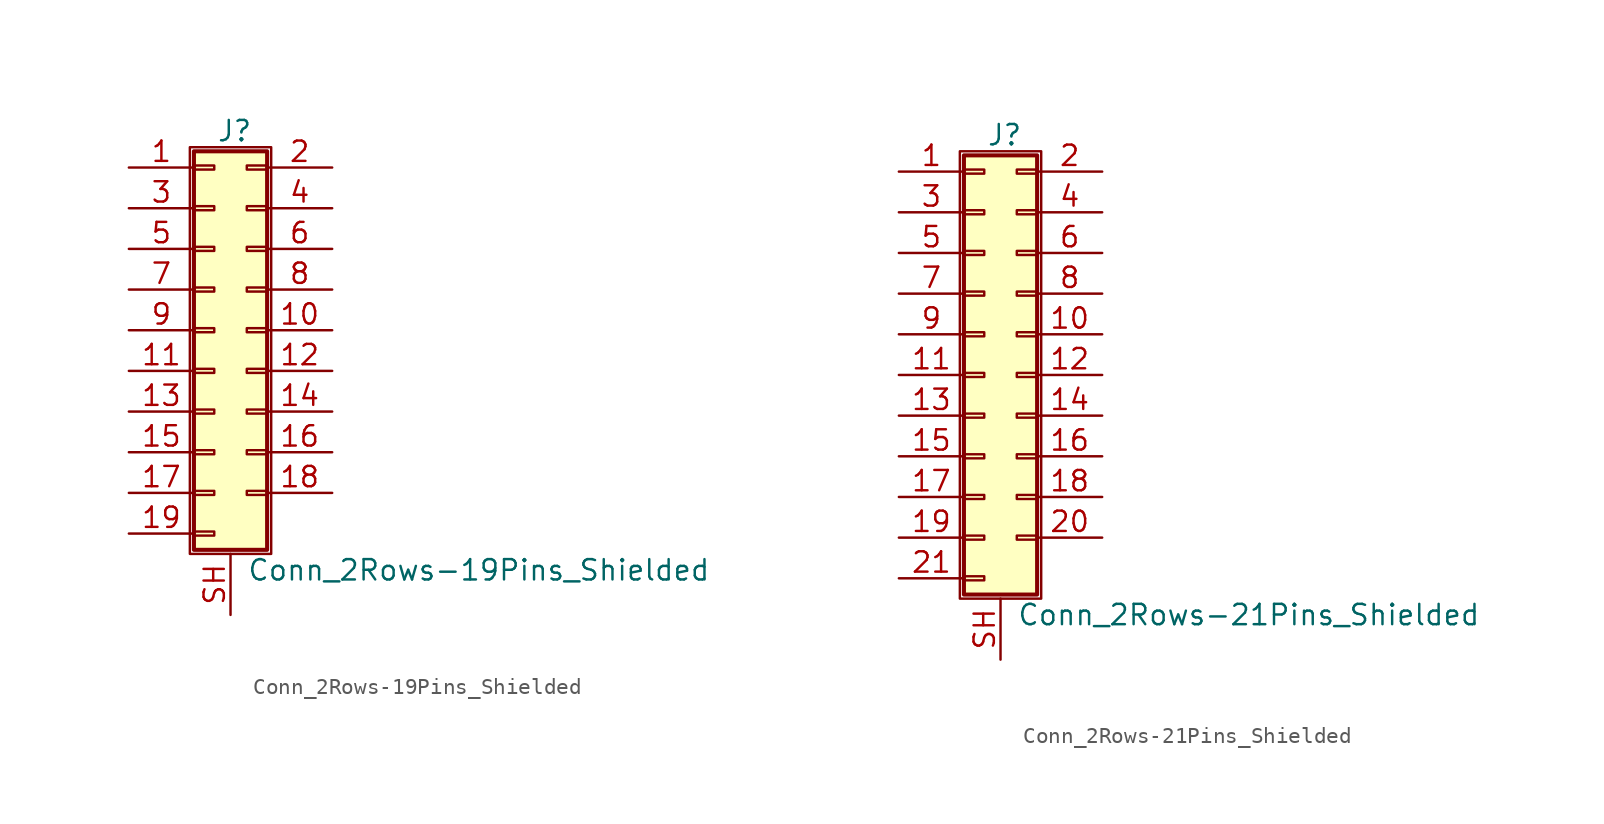
<source format=kicad_sym>
(kicad_symbol_lib
  (version 20201005)
  (generator kicad_symbol_editor)
  (symbol "Connector_Generic_Shielded:Conn_2Rows-19Pins_Shielded"
    (pin_names
      (offset 1.016) hide)
    (property "Reference" "J"
      (at 1.524 12.446 0)
      (effects (font (size 1.27 1.27))))
    (property "Value" "Conn_2Rows-19Pins_Shielded"
      (at 2.286 -14.986 0)
      (effects (font (size 1.27 1.27)) (justify left)))
    (symbol "Conn_2Rows-19Pins_Shielded_1_1"
      (rectangle (start -1.016 -4.953) (end 0.254 -5.207) (stroke (width 0.152)) (fill (type none)))
      (rectangle (start -1.016 -7.493) (end 0.254 -7.747) (stroke (width 0.152)) (fill (type none)))
      (rectangle (start -1.016 -10.033) (end 0.254 -10.287) (stroke (width 0.152)) (fill (type none)))
      (rectangle (start -1.016 -12.573) (end 0.254 -12.827) (stroke (width 0.152)) (fill (type none)))
      (rectangle (start -1.016 -2.413) (end 0.254 -2.667) (stroke (width 0.152)) (fill (type none)))
      (rectangle (start -1.016 2.667) (end 0.254 2.413) (stroke (width 0.152)) (fill (type none)))
      (rectangle (start -1.016 5.207) (end 0.254 4.953) (stroke (width 0.152)) (fill (type none)))
      (rectangle (start -1.016 7.747) (end 0.254 7.493) (stroke (width 0.152)) (fill (type none)))
      (rectangle (start -1.016 10.287) (end 0.254 10.033) (stroke (width 0.152)) (fill (type none)))
      (rectangle (start -1.016 11.176) (end 3.556 -13.716) (stroke (width 0.254)) (fill (type background)))
      (rectangle (start -1.016 0.127) (end 0.254 -0.127) (stroke (width 0.152)) (fill (type none)))
      (rectangle (start -1.27 11.43) (end 3.81 -13.97) (stroke (width 0.152)) (fill (type none)))
      (rectangle (start 3.556 -4.953) (end 2.286 -5.207) (stroke (width 0.152)) (fill (type none)))
      (rectangle (start 3.556 -7.493) (end 2.286 -7.747) (stroke (width 0.152)) (fill (type none)))
      (rectangle (start 3.556 -10.033) (end 2.286 -10.287) (stroke (width 0.152)) (fill (type none)))
      (rectangle (start 3.556 -2.413) (end 2.286 -2.667) (stroke (width 0.152)) (fill (type none)))
      (rectangle (start 3.556 2.667) (end 2.286 2.413) (stroke (width 0.152)) (fill (type none)))
      (rectangle (start 3.556 5.207) (end 2.286 4.953) (stroke (width 0.152)) (fill (type none)))
      (rectangle (start 3.556 7.747) (end 2.286 7.493) (stroke (width 0.152)) (fill (type none)))
      (rectangle (start 3.556 10.287) (end 2.286 10.033) (stroke (width 0.152)) (fill (type none)))
      (rectangle (start 3.556 0.127) (end 2.286 -0.127) (stroke (width 0.152)) (fill (type none)))
      (pin passive line (at -5.08 10.16 0) (length 4.064) (name "Pin_1" (effects (font (size 1.27 1.27)))) (number "1" (effects (font (size 1.27 1.27)))))
      (pin passive line (at 7.62 0 180) (length 4.064) (name "Pin_10" (effects (font (size 1.27 1.27)))) (number "10" (effects (font (size 1.27 1.27)))))
      (pin passive line (at -5.08 -2.54 0) (length 4.064) (name "Pin_11" (effects (font (size 1.27 1.27)))) (number "11" (effects (font (size 1.27 1.27)))))
      (pin passive line (at 7.62 -2.54 180) (length 4.064) (name "Pin_12" (effects (font (size 1.27 1.27)))) (number "12" (effects (font (size 1.27 1.27)))))
      (pin passive line (at -5.08 -5.08 0) (length 4.064) (name "Pin_13" (effects (font (size 1.27 1.27)))) (number "13" (effects (font (size 1.27 1.27)))))
      (pin passive line (at 7.62 -5.08 180) (length 4.064) (name "Pin_14" (effects (font (size 1.27 1.27)))) (number "14" (effects (font (size 1.27 1.27)))))
      (pin passive line (at -5.08 -7.62 0) (length 4.064) (name "Pin_15" (effects (font (size 1.27 1.27)))) (number "15" (effects (font (size 1.27 1.27)))))
      (pin passive line (at 7.62 -7.62 180) (length 4.064) (name "Pin_16" (effects (font (size 1.27 1.27)))) (number "16" (effects (font (size 1.27 1.27)))))
      (pin passive line (at -5.08 -10.16 0) (length 4.064) (name "Pin_17" (effects (font (size 1.27 1.27)))) (number "17" (effects (font (size 1.27 1.27)))))
      (pin passive line (at 7.62 -10.16 180) (length 4.064) (name "Pin_18" (effects (font (size 1.27 1.27)))) (number "18" (effects (font (size 1.27 1.27)))))
      (pin passive line (at -5.08 -12.7 0) (length 4.064) (name "Pin_19" (effects (font (size 1.27 1.27)))) (number "19" (effects (font (size 1.27 1.27)))))
      (pin passive line (at 7.62 10.16 180) (length 4.064) (name "Pin_2" (effects (font (size 1.27 1.27)))) (number "2" (effects (font (size 1.27 1.27)))))
      (pin passive line (at -5.08 7.62 0) (length 4.064) (name "Pin_3" (effects (font (size 1.27 1.27)))) (number "3" (effects (font (size 1.27 1.27)))))
      (pin passive line (at 7.62 7.62 180) (length 4.064) (name "Pin_4" (effects (font (size 1.27 1.27)))) (number "4" (effects (font (size 1.27 1.27)))))
      (pin passive line (at -5.08 5.08 0) (length 4.064) (name "Pin_5" (effects (font (size 1.27 1.27)))) (number "5" (effects (font (size 1.27 1.27)))))
      (pin passive line (at 7.62 5.08 180) (length 4.064) (name "Pin_6" (effects (font (size 1.27 1.27)))) (number "6" (effects (font (size 1.27 1.27)))))
      (pin passive line (at -5.08 2.54 0) (length 4.064) (name "Pin_7" (effects (font (size 1.27 1.27)))) (number "7" (effects (font (size 1.27 1.27)))))
      (pin passive line (at 7.62 2.54 180) (length 4.064) (name "Pin_8" (effects (font (size 1.27 1.27)))) (number "8" (effects (font (size 1.27 1.27)))))
      (pin passive line (at -5.08 0 0) (length 4.064) (name "Pin_9" (effects (font (size 1.27 1.27)))) (number "9" (effects (font (size 1.27 1.27)))))
      (pin passive line (at 1.27 -17.78 90) (length 3.81) (name "Shield" (effects (font (size 1.27 1.27)))) (number "SH" (effects (font (size 1.27 1.27)))))))
  (symbol "Connector_Generic_Shielded:Conn_2Rows-21Pins_Shielded"
    (pin_names
      (offset 1.016) hide)
    (property "Reference" "J"
      (at 1.524 14.986 0)
      (effects (font (size 1.27 1.27))))
    (property "Value" "Conn_2Rows-21Pins_Shielded"
      (at 2.286 -14.986 0)
      (effects (font (size 1.27 1.27)) (justify left)))
    (symbol "Conn_2Rows-21Pins_Shielded_1_1"
      (rectangle (start -1.016 -4.953) (end 0.254 -5.207) (stroke (width 0.152)) (fill (type none)))
      (rectangle (start -1.016 -7.493) (end 0.254 -7.747) (stroke (width 0.152)) (fill (type none)))
      (rectangle (start -1.016 -10.033) (end 0.254 -10.287) (stroke (width 0.152)) (fill (type none)))
      (rectangle (start -1.016 -12.573) (end 0.254 -12.827) (stroke (width 0.152)) (fill (type none)))
      (rectangle (start -1.016 -2.413) (end 0.254 -2.667) (stroke (width 0.152)) (fill (type none)))
      (rectangle (start -1.016 2.667) (end 0.254 2.413) (stroke (width 0.152)) (fill (type none)))
      (rectangle (start -1.016 5.207) (end 0.254 4.953) (stroke (width 0.152)) (fill (type none)))
      (rectangle (start -1.016 7.747) (end 0.254 7.493) (stroke (width 0.152)) (fill (type none)))
      (rectangle (start -1.016 10.287) (end 0.254 10.033) (stroke (width 0.152)) (fill (type none)))
      (rectangle (start -1.016 0.127) (end 0.254 -0.127) (stroke (width 0.152)) (fill (type none)))
      (rectangle (start -1.016 12.827) (end 0.254 12.573) (stroke (width 0.152)) (fill (type none)))
      (rectangle (start -1.016 13.716) (end 3.556 -13.716) (stroke (width 0.254)) (fill (type background)))
      (rectangle (start -1.27 13.97) (end 3.81 -13.97) (stroke (width 0.152)) (fill (type none)))
      (rectangle (start 3.556 -4.953) (end 2.286 -5.207) (stroke (width 0.152)) (fill (type none)))
      (rectangle (start 3.556 -7.493) (end 2.286 -7.747) (stroke (width 0.152)) (fill (type none)))
      (rectangle (start 3.556 -10.033) (end 2.286 -10.287) (stroke (width 0.152)) (fill (type none)))
      (rectangle (start 3.556 -2.413) (end 2.286 -2.667) (stroke (width 0.152)) (fill (type none)))
      (rectangle (start 3.556 2.667) (end 2.286 2.413) (stroke (width 0.152)) (fill (type none)))
      (rectangle (start 3.556 5.207) (end 2.286 4.953) (stroke (width 0.152)) (fill (type none)))
      (rectangle (start 3.556 7.747) (end 2.286 7.493) (stroke (width 0.152)) (fill (type none)))
      (rectangle (start 3.556 10.287) (end 2.286 10.033) (stroke (width 0.152)) (fill (type none)))
      (rectangle (start 3.556 0.127) (end 2.286 -0.127) (stroke (width 0.152)) (fill (type none)))
      (rectangle (start 3.556 12.827) (end 2.286 12.573) (stroke (width 0.152)) (fill (type none)))
      (pin passive line (at -5.08 12.7 0) (length 4.064) (name "Pin_1" (effects (font (size 1.27 1.27)))) (number "1" (effects (font (size 1.27 1.27)))))
      (pin passive line (at 7.62 2.54 180) (length 4.064) (name "Pin_10" (effects (font (size 1.27 1.27)))) (number "10" (effects (font (size 1.27 1.27)))))
      (pin passive line (at -5.08 0 0) (length 4.064) (name "Pin_11" (effects (font (size 1.27 1.27)))) (number "11" (effects (font (size 1.27 1.27)))))
      (pin passive line (at 7.62 0 180) (length 4.064) (name "Pin_12" (effects (font (size 1.27 1.27)))) (number "12" (effects (font (size 1.27 1.27)))))
      (pin passive line (at -5.08 -2.54 0) (length 4.064) (name "Pin_13" (effects (font (size 1.27 1.27)))) (number "13" (effects (font (size 1.27 1.27)))))
      (pin passive line (at 7.62 -2.54 180) (length 4.064) (name "Pin_14" (effects (font (size 1.27 1.27)))) (number "14" (effects (font (size 1.27 1.27)))))
      (pin passive line (at -5.08 -5.08 0) (length 4.064) (name "Pin_15" (effects (font (size 1.27 1.27)))) (number "15" (effects (font (size 1.27 1.27)))))
      (pin passive line (at 7.62 -5.08 180) (length 4.064) (name "Pin_16" (effects (font (size 1.27 1.27)))) (number "16" (effects (font (size 1.27 1.27)))))
      (pin passive line (at -5.08 -7.62 0) (length 4.064) (name "Pin_17" (effects (font (size 1.27 1.27)))) (number "17" (effects (font (size 1.27 1.27)))))
      (pin passive line (at 7.62 -7.62 180) (length 4.064) (name "Pin_18" (effects (font (size 1.27 1.27)))) (number "18" (effects (font (size 1.27 1.27)))))
      (pin passive line (at -5.08 -10.16 0) (length 4.064) (name "Pin_19" (effects (font (size 1.27 1.27)))) (number "19" (effects (font (size 1.27 1.27)))))
      (pin passive line (at 7.62 12.7 180) (length 4.064) (name "Pin_2" (effects (font (size 1.27 1.27)))) (number "2" (effects (font (size 1.27 1.27)))))
      (pin passive line (at 7.62 -10.16 180) (length 4.064) (name "Pin_20" (effects (font (size 1.27 1.27)))) (number "20" (effects (font (size 1.27 1.27)))))
      (pin passive line (at -5.08 -12.7 0) (length 4.064) (name "Pin_21" (effects (font (size 1.27 1.27)))) (number "21" (effects (font (size 1.27 1.27)))))
      (pin passive line (at -5.08 10.16 0) (length 4.064) (name "Pin_3" (effects (font (size 1.27 1.27)))) (number "3" (effects (font (size 1.27 1.27)))))
      (pin passive line (at 7.62 10.16 180) (length 4.064) (name "Pin_4" (effects (font (size 1.27 1.27)))) (number "4" (effects (font (size 1.27 1.27)))))
      (pin passive line (at -5.08 7.62 0) (length 4.064) (name "Pin_5" (effects (font (size 1.27 1.27)))) (number "5" (effects (font (size 1.27 1.27)))))
      (pin passive line (at 7.62 7.62 180) (length 4.064) (name "Pin_6" (effects (font (size 1.27 1.27)))) (number "6" (effects (font (size 1.27 1.27)))))
      (pin passive line (at -5.08 5.08 0) (length 4.064) (name "Pin_7" (effects (font (size 1.27 1.27)))) (number "7" (effects (font (size 1.27 1.27)))))
      (pin passive line (at 7.62 5.08 180) (length 4.064) (name "Pin_8" (effects (font (size 1.27 1.27)))) (number "8" (effects (font (size 1.27 1.27)))))
      (pin passive line (at -5.08 2.54 0) (length 4.064) (name "Pin_9" (effects (font (size 1.27 1.27)))) (number "9" (effects (font (size 1.27 1.27)))))
      (pin passive line (at 1.27 -17.78 90) (length 3.81) (name "Shield" (effects (font (size 1.27 1.27)))) (number "SH" (effects (font (size 1.27 1.27))))))))
</source>
